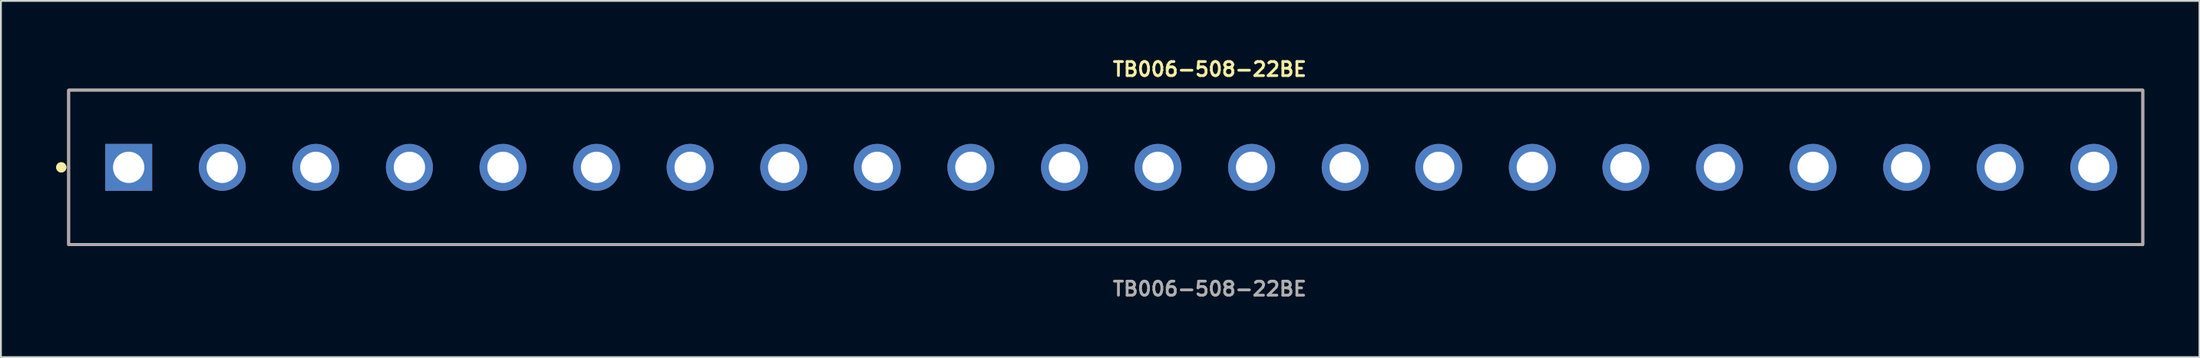
<source format=kicad_pcb>
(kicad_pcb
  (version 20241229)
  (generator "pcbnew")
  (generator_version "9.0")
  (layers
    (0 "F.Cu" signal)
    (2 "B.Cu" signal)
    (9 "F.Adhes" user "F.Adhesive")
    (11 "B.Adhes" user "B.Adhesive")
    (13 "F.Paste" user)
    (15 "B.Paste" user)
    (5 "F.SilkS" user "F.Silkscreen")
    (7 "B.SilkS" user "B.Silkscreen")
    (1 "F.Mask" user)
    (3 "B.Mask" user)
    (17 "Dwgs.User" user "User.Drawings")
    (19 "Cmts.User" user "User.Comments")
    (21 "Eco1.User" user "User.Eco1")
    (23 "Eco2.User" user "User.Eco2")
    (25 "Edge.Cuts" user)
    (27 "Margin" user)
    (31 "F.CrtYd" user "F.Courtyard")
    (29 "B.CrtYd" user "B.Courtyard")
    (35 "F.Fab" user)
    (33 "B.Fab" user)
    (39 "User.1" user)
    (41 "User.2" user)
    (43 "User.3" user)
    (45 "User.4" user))
  (footprint "TB006-508-22BE"
    (layer "F.Cu")
    (at 57.276 6.047)
    (property "Reference" "TB006-508-22BE" (at 0 -5.334 0) (unlocked yes) (layer "F.SilkS") (effects (font (size 0.762 0.762) (thickness 0.152)) (justify left)))
    (fp_rect (start -56.6 4.2) (end 56 -4.2) (stroke (width 0.152) (type solid)) (fill no) (layer "F.SilkS"))
    (fp_circle (center -57 0) (end -57.2 0) (stroke (width 0.152) (type solid)) (fill yes) (layer "F.SilkS"))
    (fp_circle (center -57 0) (end -57.2 0) (stroke (width 0.152) (type solid)) (fill yes) (layer "F.SilkS"))
    (fp_rect (start -56.6 4.2) (end 56 -4.2) (stroke (width 0.006) (type solid)) (fill no) (layer "F.CrtYd"))
    (fp_rect (start -56.6 4.2) (end 56 -4.2) (stroke (width 0.152) (type solid)) (fill no) (layer "F.Fab"))
    (fp_text user "${REFERENCE}" (at 0 6.604 0) (unlocked yes) (layer "F.Fab") (effects (font (size 0.762 0.762) (thickness 0.152)) (justify left)))
    (pad "1" thru_hole rect (at -53.34 0) (size 2.55 2.55) (drill 1.7) (layers "*.Cu" "*.Mask"))
    (pad "2" thru_hole circle (at -48.26 0) (size 2.55 2.55) (drill 1.7) (layers "*.Cu" "*.Mask"))
    (pad "3" thru_hole circle (at -43.18 0) (size 2.55 2.55) (drill 1.7) (layers "*.Cu" "*.Mask"))
    (pad "4" thru_hole circle (at -38.1 0) (size 2.55 2.55) (drill 1.7) (layers "*.Cu" "*.Mask"))
    (pad "5" thru_hole circle (at -33.02 0) (size 2.55 2.55) (drill 1.7) (layers "*.Cu" "*.Mask"))
    (pad "6" thru_hole circle (at -27.94 0) (size 2.55 2.55) (drill 1.7) (layers "*.Cu" "*.Mask"))
    (pad "7" thru_hole circle (at -22.86 0) (size 2.55 2.55) (drill 1.7) (layers "*.Cu" "*.Mask"))
    (pad "8" thru_hole circle (at -17.78 0) (size 2.55 2.55) (drill 1.7) (layers "*.Cu" "*.Mask"))
    (pad "9" thru_hole circle (at -12.7 0) (size 2.55 2.55) (drill 1.7) (layers "*.Cu" "*.Mask"))
    (pad "10" thru_hole circle (at -7.62 0) (size 2.55 2.55) (drill 1.7) (layers "*.Cu" "*.Mask"))
    (pad "11" thru_hole circle (at -2.54 0) (size 2.55 2.55) (drill 1.7) (layers "*.Cu" "*.Mask"))
    (pad "12" thru_hole circle (at 2.54 0) (size 2.55 2.55) (drill 1.7) (layers "*.Cu" "*.Mask"))
    (pad "13" thru_hole circle (at 7.62 0) (size 2.55 2.55) (drill 1.7) (layers "*.Cu" "*.Mask"))
    (pad "14" thru_hole circle (at 12.7 0) (size 2.55 2.55) (drill 1.7) (layers "*.Cu" "*.Mask"))
    (pad "15" thru_hole circle (at 17.78 0) (size 2.55 2.55) (drill 1.7) (layers "*.Cu" "*.Mask"))
    (pad "16" thru_hole circle (at 22.86 0) (size 2.55 2.55) (drill 1.7) (layers "*.Cu" "*.Mask"))
    (pad "17" thru_hole circle (at 27.94 0) (size 2.55 2.55) (drill 1.7) (layers "*.Cu" "*.Mask"))
    (pad "18" thru_hole circle (at 33.02 0) (size 2.55 2.55) (drill 1.7) (layers "*.Cu" "*.Mask"))
    (pad "19" thru_hole circle (at 38.1 0) (size 2.55 2.55) (drill 1.7) (layers "*.Cu" "*.Mask"))
    (pad "20" thru_hole circle (at 43.18 0) (size 2.55 2.55) (drill 1.7) (layers "*.Cu" "*.Mask"))
    (pad "21" thru_hole circle (at 48.26 0) (size 2.55 2.55) (drill 1.7) (layers "*.Cu" "*.Mask"))
    (pad "22" thru_hole circle (at 53.34 0) (size 2.55 2.55) (drill 1.7) (layers "*.Cu" "*.Mask")))
  (gr_rect
    (start -3 -3)
    (end 116.352 16.364)
    (stroke (width 0.1) (type default))
    (fill no)
    (layer "Edge.Cuts")))
</source>
